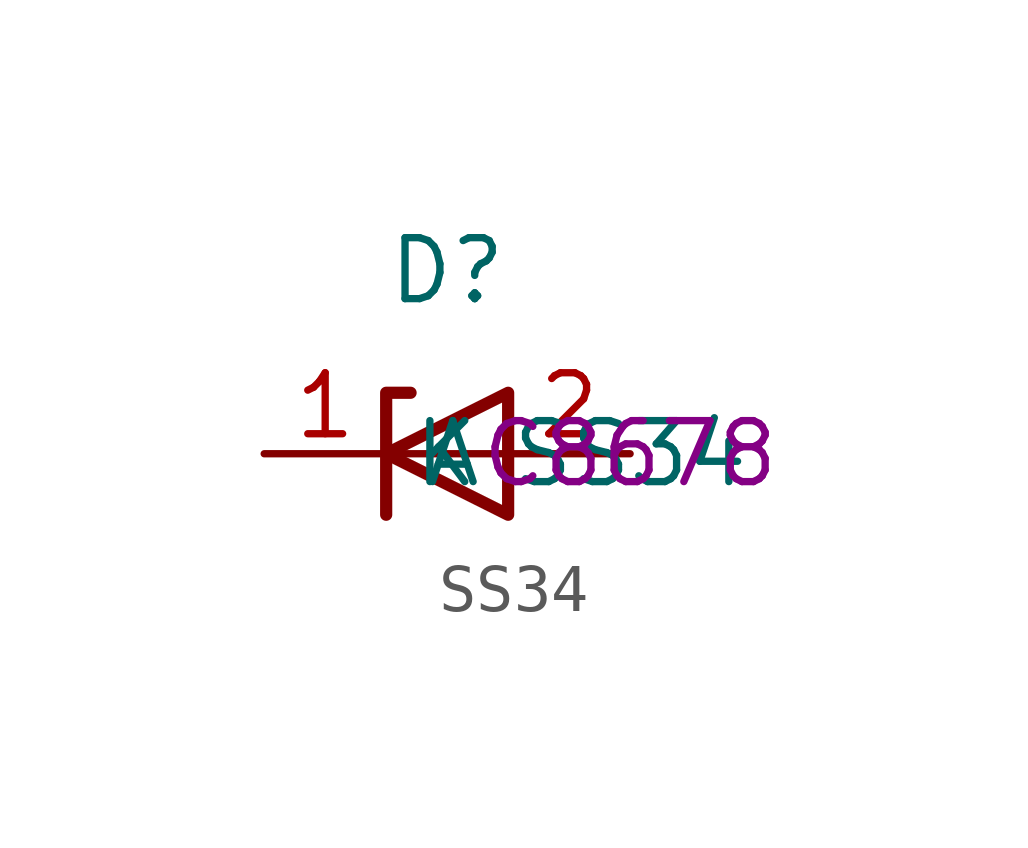
<source format=kicad_sym>
(kicad_symbol_lib
  (version 20220914)
  (generator kicad_symbol_editor)
  (symbol "SS34"
    (property "Reference" "D"
      (at -3.81 3.81 0)
      (effects (font (size 1.27 1.27))))
    (property "Value" "SS34"
      (at 0 0 0)
      (effects (font (size 1.27 1.27))))
    (property "LCSC" "C8678"
      (at 0 0 0)
      (effects (font (size 1.27 1.27))))
    (symbol "SS34_0_1"
      (polyline (pts (xy -2.54 0) (xy -5.08 0)) (stroke (width 0) (type default)) (fill (type none)))
      (polyline (pts (xy -5.08 -1.27) (xy -5.08 1.27) (xy -4.572 1.27)) (stroke (width 0.254) (type default)) (fill (type none)))
      (polyline (pts (xy -2.54 -1.27) (xy -2.54 1.27) (xy -5.08 0) (xy -2.54 -1.27)) (stroke (width 0.254) (type default)) (fill (type none))))
    (symbol "SS34_1_1"
      (pin passive line (at -7.62 0 0) (length 2.54) (name "K" (effects (font (size 1.27 1.27)))) (number "1" (effects (font (size 1.27 1.27)))))
      (pin passive line (at 0 0 180) (length 2.54) (name "A" (effects (font (size 1.27 1.27)))) (number "2" (effects (font (size 1.27 1.27))))))))
</source>
